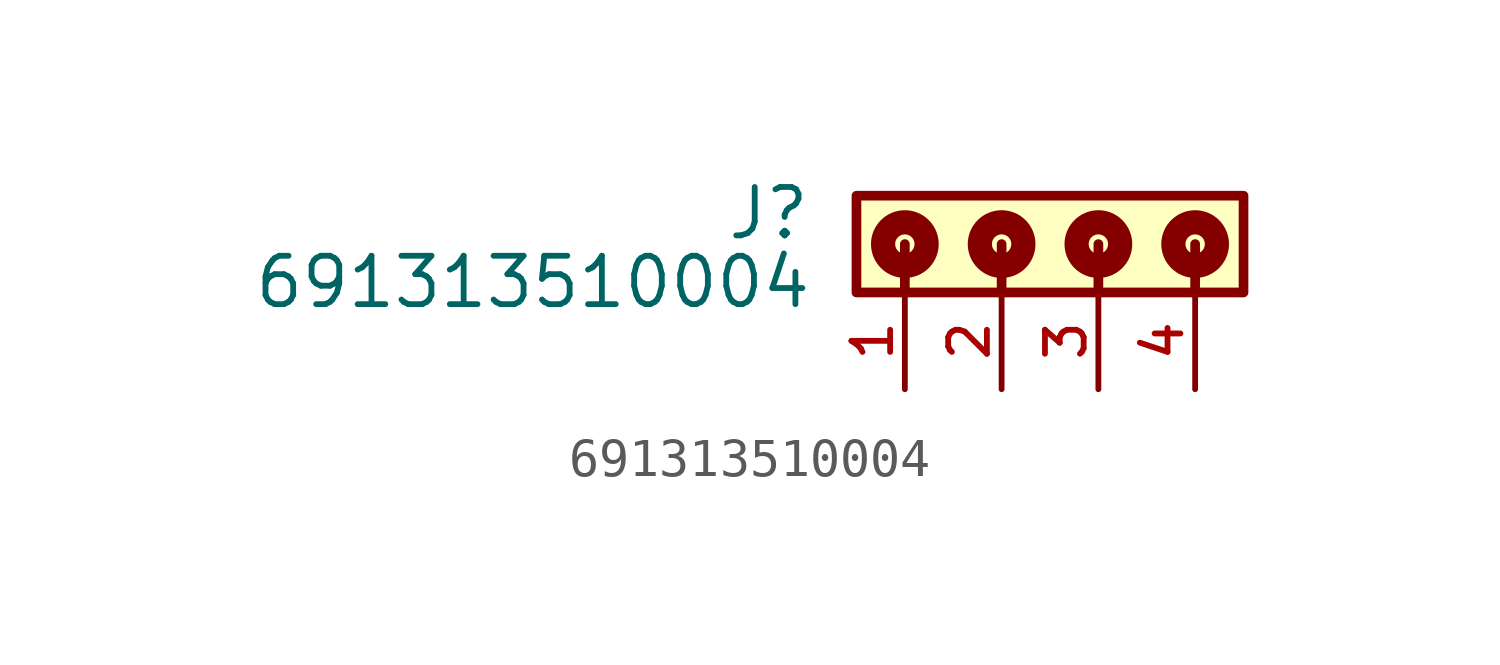
<source format=kicad_sym>
(kicad_symbol_lib
  (version 20211014)
  (generator kicad_symbol_editor)
  (symbol "691313510004"
    (pin_names
      (offset 1.016))
    (property "Reference" "J"
      (at -7.53 -1.205 0)
      (effects (font (size 1.27 1.27)) (justify bottom right)))
    (property "Value" "691313510004"
      (at -7.49 -3.01 0)
      (effects (font (size 1.27 1.27)) (justify bottom right)))
    (symbol "691313510004_0_0"
      (polyline (pts (xy -5.08 -1.27) (xy -5.08 -2.54)) (stroke (width 0.254)))
      (polyline (pts (xy -2.54 -1.27) (xy -2.54 -2.54)) (stroke (width 0.254)))
      (polyline (pts (xy 0.0 -1.27) (xy 0.0 -2.54)) (stroke (width 0.254)))
      (polyline (pts (xy 2.54 -1.27) (xy 2.54 -2.54)) (stroke (width 0.254)))
      (circle (center -5.08 -1.27) (radius 0.254) (stroke (width 0.635)) (fill (type none)))
      (circle (center -2.54 -1.27) (radius 0.254) (stroke (width 0.635)) (fill (type none)))
      (circle (center 0.0 -1.27) (radius 0.254) (stroke (width 0.635)) (fill (type none)))
      (circle (center 2.54 -1.27) (radius 0.254) (stroke (width 0.635)) (fill (type none)))
      (rectangle (start -6.35 -2.54) (end 3.81 -2.22044604925e-16) (stroke (width 0.254)) (fill (type background)))
      (pin passive line (at -5.08 -5.08 90.0) (length 2.54) (name "~" (effects (font (size 1.016 1.016)))) (number "1" (effects (font (size 1.016 1.016)))))
      (pin passive line (at -2.54 -5.08 90.0) (length 2.54) (name "~" (effects (font (size 1.016 1.016)))) (number "2" (effects (font (size 1.016 1.016)))))
      (pin passive line (at 0.0 -5.08 90.0) (length 2.54) (name "~" (effects (font (size 1.016 1.016)))) (number "3" (effects (font (size 1.016 1.016)))))
      (pin passive line (at 2.54 -5.08 90.0) (length 2.54) (name "~" (effects (font (size 1.016 1.016)))) (number "4" (effects (font (size 1.016 1.016))))))))
</source>
